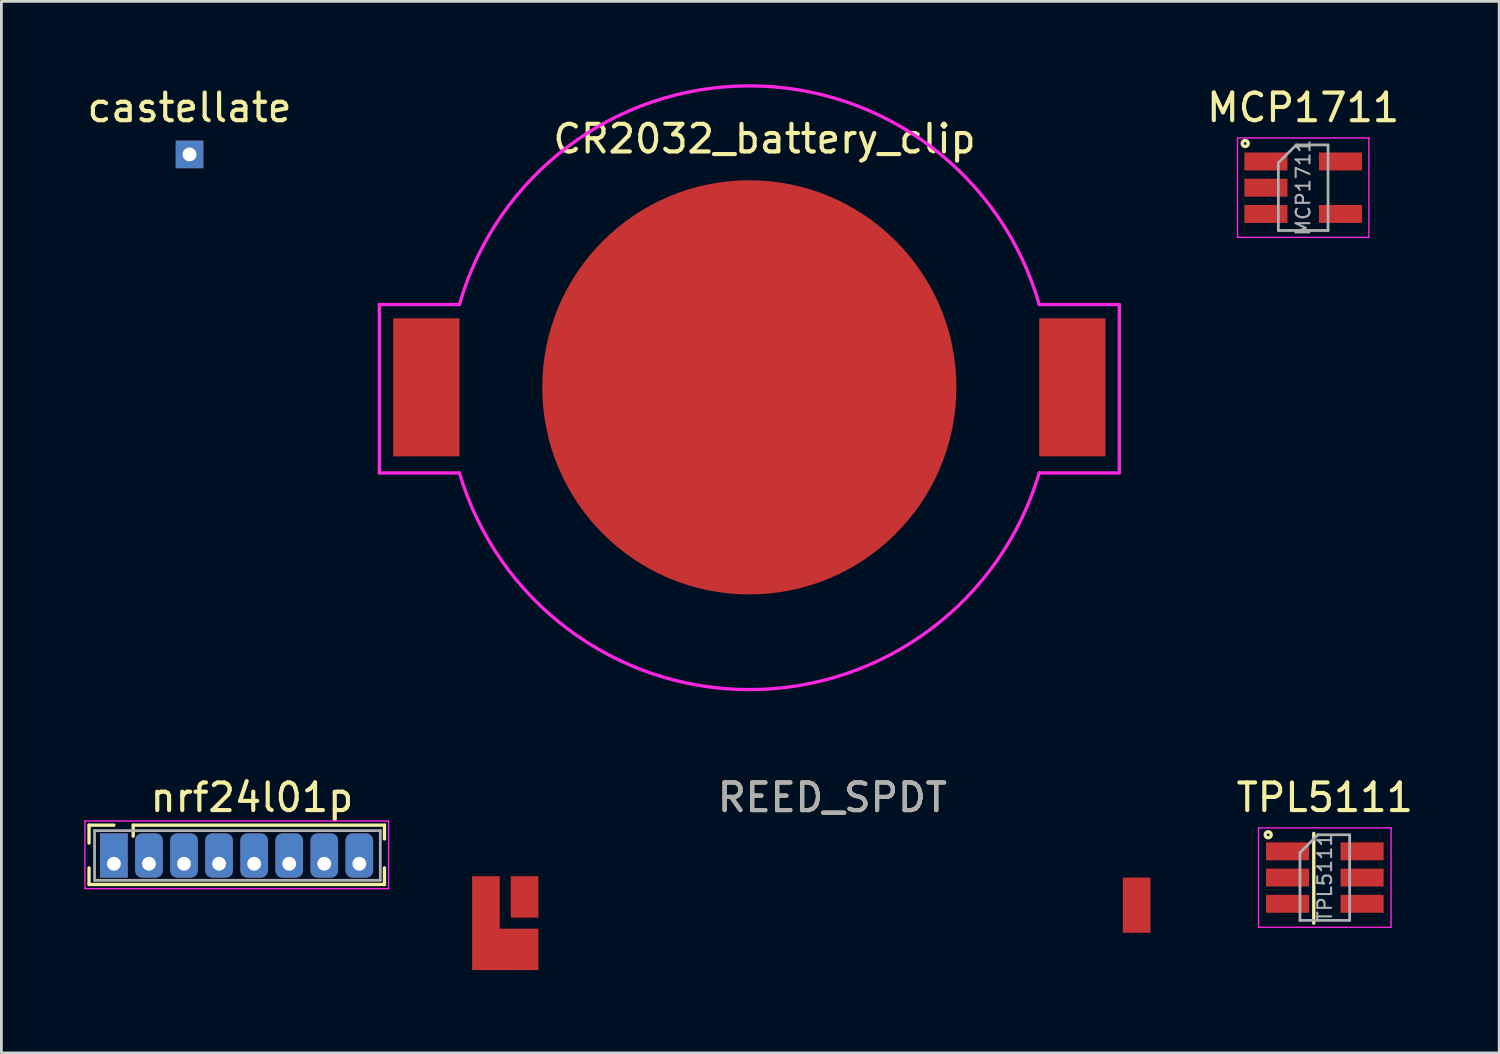
<source format=kicad_pcb>
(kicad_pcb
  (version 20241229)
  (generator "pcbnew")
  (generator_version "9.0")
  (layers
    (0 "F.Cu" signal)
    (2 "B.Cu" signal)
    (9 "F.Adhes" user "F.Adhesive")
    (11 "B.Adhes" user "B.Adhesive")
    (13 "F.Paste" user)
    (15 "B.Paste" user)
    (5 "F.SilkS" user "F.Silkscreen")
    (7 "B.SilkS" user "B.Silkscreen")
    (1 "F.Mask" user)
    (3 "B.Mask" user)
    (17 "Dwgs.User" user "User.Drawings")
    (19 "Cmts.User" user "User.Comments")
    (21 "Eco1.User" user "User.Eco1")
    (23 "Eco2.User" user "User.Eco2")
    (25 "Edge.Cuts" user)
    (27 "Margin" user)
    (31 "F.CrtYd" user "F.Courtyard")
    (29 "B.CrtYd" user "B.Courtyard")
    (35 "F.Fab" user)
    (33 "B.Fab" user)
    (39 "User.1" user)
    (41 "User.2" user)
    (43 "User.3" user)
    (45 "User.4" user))
  (footprint "castellate"
    (layer "F.Cu")
    (at 3.815 2.543)
    (property "Reference" "castellate" (at 0 -1.695 0) (layer "F.SilkS") (effects (font (size 1 1) (thickness 0.15))))
    (attr through_hole)
    (pad "1" thru_hole rect (at 0 0) (size 1 1) (drill 0.5) (layers "*.Cu" "*.Mask")))
  (footprint "TPL5111"
    (layer "F.Cu")
    (at 44.935 28.736)
    (property "Reference" "TPL5111" (at 0 -2.9 0) (layer "F.SilkS") (effects (font (size 1 1) (thickness 0.15))))
    (attr smd)
    (fp_line (start -0.4 -1.6) (end -0.4 1.65) (stroke (width 0.12) (type solid)) (layer "F.SilkS"))
    (fp_circle (center -2.05 -1.55) (end -2.05 -1.6) (stroke (width 0.12) (type solid)) (fill no) (layer "F.SilkS"))
    (fp_line (start -2.4 -1.8) (end 2.4 -1.8) (stroke (width 0.05) (type solid)) (layer "F.CrtYd"))
    (fp_line (start -2.4 1.8) (end -2.4 -1.8) (stroke (width 0.05) (type solid)) (layer "F.CrtYd"))
    (fp_line (start 2.4 -1.8) (end 2.4 1.8) (stroke (width 0.05) (type solid)) (layer "F.CrtYd"))
    (fp_line (start 2.4 1.8) (end -2.4 1.8) (stroke (width 0.05) (type solid)) (layer "F.CrtYd"))
    (fp_line (start -0.9 -0.9) (end -0.9 1.55) (stroke (width 0.1) (type solid)) (layer "F.Fab"))
    (fp_line (start -0.9 -0.9) (end -0.25 -1.55) (stroke (width 0.1) (type solid)) (layer "F.Fab"))
    (fp_line (start 0.9 -1.55) (end -0.25 -1.55) (stroke (width 0.1) (type solid)) (layer "F.Fab"))
    (fp_line (start 0.9 -1.55) (end 0.9 1.55) (stroke (width 0.1) (type solid)) (layer "F.Fab"))
    (fp_line (start 0.9 1.55) (end -0.9 1.55) (stroke (width 0.1) (type solid)) (layer "F.Fab"))
    (fp_text user "${REFERENCE}" (at 0 0 90) (layer "F.Fab") (effects (font (size 0.5 0.5) (thickness 0.075))))
    (pad "1" smd rect (at -1.35 -0.95) (size 1.56 0.65) (layers "F.Cu" "F.Mask" "F.Paste"))
    (pad "2" smd rect (at -1.35 0) (size 1.56 0.65) (layers "F.Cu" "F.Mask" "F.Paste"))
    (pad "3" smd rect (at -1.35 0.95) (size 1.56 0.65) (layers "F.Cu" "F.Mask" "F.Paste"))
    (pad "4" smd rect (at 1.35 0.95) (size 1.56 0.65) (layers "F.Cu" "F.Mask" "F.Paste"))
    (pad "5" smd rect (at 1.35 0) (size 1.56 0.65) (layers "F.Cu" "F.Mask" "F.Paste"))
    (pad "6" smd rect (at 1.35 -0.95) (size 1.56 0.65) (layers "F.Cu" "F.Mask" "F.Paste")))
  (footprint "REED_SPDT"
    (layer "F.Cu")
    (at 26.9 29.736)
    (property "Reference" "REED_SPDT" (at 0.2 -3.9 0) (layer "F.SilkS") (effects (font (size 1 1) (thickness 0.15))))
    (attr smd)
    (fp_text user "${REFERENCE}" (at 0.2 -3.9 0) (layer "F.Fab") (effects (font (size 1 1) (thickness 0.15))))
    (pad "" smd rect (at -12.35 0.65) (size 1 3.4) (layers "F.Cu" "F.Mask" "F.Paste"))
    (pad "1" smd rect (at -11.45 1.6) (size 2 1.5) (layers "F.Cu" "F.Mask" "F.Paste"))
    (pad "2" smd rect (at 11.22 0) (size 1 2) (layers "F.Cu" "F.Mask" "F.Paste"))
    (pad "3" smd rect (at -10.95 -0.3) (size 1 1.5) (layers "F.Cu" "F.Mask" "F.Paste")))
  (footprint "nrf24l01p"
    (layer "F.Cu")
    (at 1.075 28.236)
    (property "Reference" "nrf24l01p" (at 5 -2.4 0) (layer "F.SilkS") (effects (font (size 1 1) (thickness 0.15))))
    (attr through_hole)
    (fp_line (start -0.9 -1.4) (end 0 -1.4) (stroke (width 0.12) (type solid)) (layer "F.SilkS"))
    (fp_line (start -0.9 -0.75) (end -0.9 -1.4) (stroke (width 0.12) (type solid)) (layer "F.SilkS"))
    (fp_line (start -0.9 0.15) (end -0.9 0.75) (stroke (width 0.12) (type solid)) (layer "F.SilkS"))
    (fp_line (start -0.9 0.75) (end 9.8 0.75) (stroke (width 0.12) (type solid)) (layer "F.SilkS"))
    (fp_line (start 0.7 -1.4) (end 9.8 -1.4) (stroke (width 0.12) (type solid)) (layer "F.SilkS"))
    (fp_line (start 0.7 -1) (end 0.7 -1.4) (stroke (width 0.12) (type solid)) (layer "F.SilkS"))
    (fp_line (start 9.8 -1.4) (end 9.8 -0.9) (stroke (width 0.12) (type solid)) (layer "F.SilkS"))
    (fp_line (start 9.8 0.15) (end 9.8 0.75) (stroke (width 0.12) (type solid)) (layer "F.SilkS"))
    (fp_line (start -1.05 -1.55) (end -1.05 0.9) (stroke (width 0.05) (type solid)) (layer "F.CrtYd"))
    (fp_line (start -1.05 0.9) (end 9.95 0.9) (stroke (width 0.05) (type solid)) (layer "F.CrtYd"))
    (fp_line (start 9.95 -1.55) (end -1.05 -1.55) (stroke (width 0.05) (type solid)) (layer "F.CrtYd"))
    (fp_line (start 9.95 0.9) (end 9.95 -1.55) (stroke (width 0.05) (type solid)) (layer "F.CrtYd"))
    (fp_line (start -0.7 -1.2) (end 9.65 -1.2) (stroke (width 0.1) (type solid)) (layer "F.Fab"))
    (fp_line (start -0.7 0.6) (end -0.7 -1.2) (stroke (width 0.1) (type solid)) (layer "F.Fab"))
    (fp_line (start 9.65 -1.2) (end 9.65 0.6) (stroke (width 0.1) (type solid)) (layer "F.Fab"))
    (fp_line (start 9.65 0.6) (end -0.7 0.6) (stroke (width 0.1) (type solid)) (layer "F.Fab"))
    (pad "1" thru_hole rect (at 0 0) (size 1 1.6) (drill 0.5 (offset 0 -0.3)) (layers "*.Cu" "*.Mask"))
    (pad "2" thru_hole roundrect (at 1.27 0) (size 1 1.6) (drill 0.5 (offset 0 -0.3)) (layers "*.Cu" "*.Mask") (roundrect_rratio 0.25))
    (pad "3" thru_hole roundrect (at 2.54 0) (size 1 1.6) (drill 0.5 (offset 0 -0.3)) (layers "*.Cu" "*.Mask") (roundrect_rratio 0.25))
    (pad "4" thru_hole roundrect (at 3.81 0) (size 1 1.6) (drill 0.5 (offset 0 -0.3)) (layers "*.Cu" "*.Mask") (roundrect_rratio 0.25))
    (pad "5" thru_hole roundrect (at 5.08 0) (size 1 1.6) (drill 0.5 (offset 0 -0.3)) (layers "*.Cu" "*.Mask") (roundrect_rratio 0.25))
    (pad "6" thru_hole roundrect (at 6.35 0) (size 1 1.6) (drill 0.5 (offset 0 -0.3)) (layers "*.Cu" "*.Mask") (roundrect_rratio 0.25))
    (pad "7" thru_hole roundrect (at 7.62 0) (size 1 1.6) (drill 0.5 (offset 0 -0.3)) (layers "*.Cu" "*.Mask") (roundrect_rratio 0.25))
    (pad "8" thru_hole roundrect (at 8.89 0) (size 1 1.6) (drill 0.5 (offset 0 -0.3)) (layers "*.Cu" "*.Mask") (roundrect_rratio 0.25)))
  (footprint "MCP1711"
    (layer "F.Cu")
    (at 44.152 3.748)
    (property "Reference" "MCP1711" (at 0 -2.9 0) (layer "F.SilkS") (effects (font (size 1 1) (thickness 0.15))))
    (attr smd)
    (fp_circle (center -2.1 -1.6) (end -2.05 -1.6) (stroke (width 0.12) (type solid)) (fill no) (layer "F.SilkS"))
    (fp_line (start -2.38 -1.8) (end -2.38 1.8) (stroke (width 0.05) (type solid)) (layer "F.CrtYd"))
    (fp_line (start -2.38 -1.8) (end 2.38 -1.8) (stroke (width 0.05) (type solid)) (layer "F.CrtYd"))
    (fp_line (start 2.38 1.8) (end -2.38 1.8) (stroke (width 0.05) (type solid)) (layer "F.CrtYd"))
    (fp_line (start 2.38 1.8) (end 2.38 -1.8) (stroke (width 0.05) (type solid)) (layer "F.CrtYd"))
    (fp_line (start -0.9 -0.9) (end -0.9 1.55) (stroke (width 0.1) (type solid)) (layer "F.Fab"))
    (fp_line (start -0.9 -0.9) (end -0.25 -1.55) (stroke (width 0.1) (type solid)) (layer "F.Fab"))
    (fp_line (start 0.9 -1.55) (end -0.25 -1.55) (stroke (width 0.1) (type solid)) (layer "F.Fab"))
    (fp_line (start 0.9 -1.55) (end 0.9 1.55) (stroke (width 0.1) (type solid)) (layer "F.Fab"))
    (fp_line (start 0.9 1.55) (end -0.9 1.55) (stroke (width 0.1) (type solid)) (layer "F.Fab"))
    (fp_text user "${REFERENCE}" (at 0 0 90) (layer "F.Fab") (effects (font (size 0.5 0.5) (thickness 0.075))))
    (pad "1" smd rect (at -1.35 -0.95) (size 1.56 0.65) (layers "F.Cu" "F.Mask" "F.Paste"))
    (pad "2" smd rect (at -1.35 0) (size 1.56 0.65) (layers "F.Cu" "F.Mask" "F.Paste"))
    (pad "3" smd rect (at -1.35 0.95) (size 1.56 0.65) (layers "F.Cu" "F.Mask" "F.Paste"))
    (pad "4" smd rect (at 1.35 0.95) (size 1.56 0.65) (layers "F.Cu" "F.Mask" "F.Paste"))
    (pad "5" smd rect (at 1.35 -0.95) (size 1.56 0.65) (layers "F.Cu" "F.Mask" "F.Paste")))
  (footprint "CR2032_battery_clip"
    (layer "F.Cu")
    (at 24.091 10.98)
    (property "Reference" "CR2032_battery_clip" (at 0.55 -9 0) (layer "F.SilkS") (effects (font (size 1 1) (thickness 0.15))))
    (attr through_hole)
    (fp_line (start -13.4 -3) (end -13.4 3.1) (stroke (width 0.12) (type solid)) (layer "F.CrtYd"))
    (fp_line (start -13.4 -3) (end -10.5 -3) (stroke (width 0.12) (type solid)) (layer "F.CrtYd"))
    (fp_line (start -13.4 3.1) (end -10.5 3.1) (stroke (width 0.12) (type solid)) (layer "F.CrtYd"))
    (fp_line (start 13.4 -3) (end 10.5 -3) (stroke (width 0.12) (type solid)) (layer "F.CrtYd"))
    (fp_line (start 13.4 -3) (end 13.4 3.1) (stroke (width 0.12) (type solid)) (layer "F.CrtYd"))
    (fp_line (start 13.4 3.1) (end 10.5 3.1) (stroke (width 0.12) (type solid)) (layer "F.CrtYd"))
    (fp_arc (start -10.499999 -3) (mid 0 -10.920164) (end 10.499999 -2.999999) (stroke (width 0.12) (type solid)) (layer "F.CrtYd"))
    (fp_arc (start 10.499999 3.1) (mid 0 10.948058) (end -10.499999 3.099999) (stroke (width 0.12) (type solid)) (layer "F.CrtYd"))
    (pad "1" smd rect (at -11.7 0) (size 2.4 5) (layers "F.Cu" "F.Mask" "F.Paste"))
    (pad "1" smd rect (at 11.7 0) (size 2.4 5) (layers "F.Cu" "F.Mask" "F.Paste"))
    (pad "2" smd circle (at 0 0) (size 15 15) (layers "F.Cu" "F.Mask" "F.Paste")))
  (gr_rect
    (start -3 -3)
    (end 51.251 35.086)
    (stroke (width 0.1) (type default))
    (fill no)
    (layer "Edge.Cuts")))
</source>
